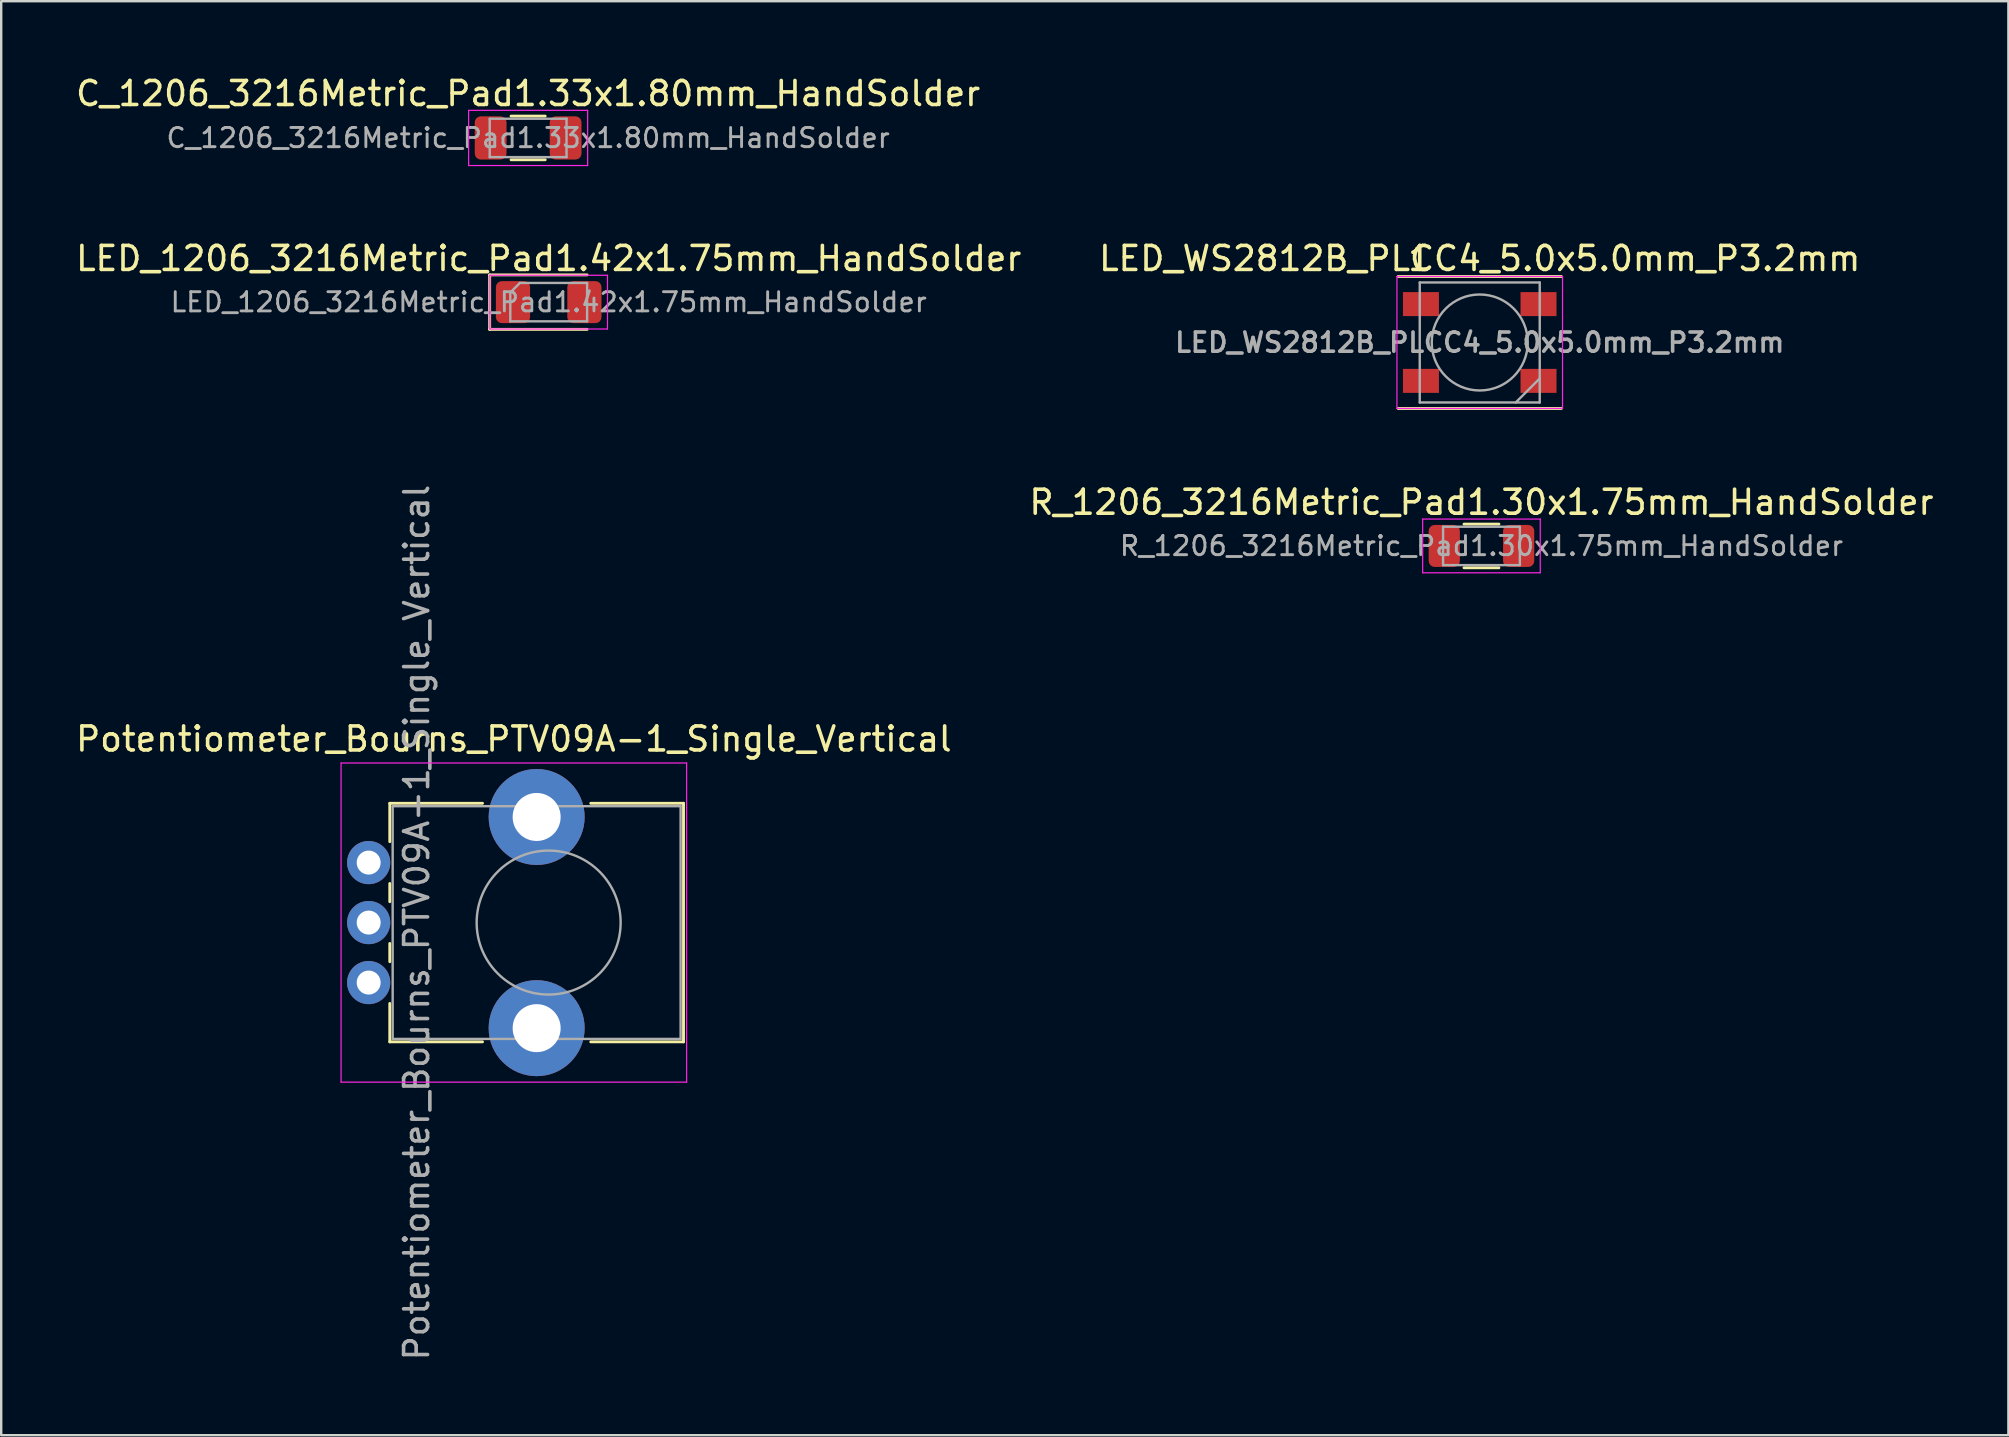
<source format=kicad_pcb>
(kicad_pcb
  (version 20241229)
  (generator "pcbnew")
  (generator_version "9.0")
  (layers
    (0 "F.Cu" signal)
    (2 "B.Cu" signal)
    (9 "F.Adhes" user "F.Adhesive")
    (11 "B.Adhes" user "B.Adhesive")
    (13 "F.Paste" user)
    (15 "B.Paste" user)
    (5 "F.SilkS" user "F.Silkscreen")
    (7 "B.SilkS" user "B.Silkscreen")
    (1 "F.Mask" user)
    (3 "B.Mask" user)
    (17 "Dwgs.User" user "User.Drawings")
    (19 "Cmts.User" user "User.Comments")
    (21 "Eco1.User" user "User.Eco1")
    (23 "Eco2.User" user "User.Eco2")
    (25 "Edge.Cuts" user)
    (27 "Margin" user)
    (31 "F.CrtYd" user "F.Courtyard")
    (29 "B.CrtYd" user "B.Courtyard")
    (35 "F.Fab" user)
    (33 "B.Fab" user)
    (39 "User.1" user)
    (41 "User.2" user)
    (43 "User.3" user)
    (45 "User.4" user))
  (footprint "C_1206_3216Metric_Pad1.33x1.80mm_HandSolder"
    (layer "F.Cu")
    (at 18.958 2.698)
    (property "Reference" "C_1206_3216Metric_Pad1.33x1.80mm_HandSolder" (at 0 -1.85 0) (layer "F.SilkS") (effects (font (size 1 1) (thickness 0.15))))
    (attr smd)
    (fp_line (start -0.711 -0.91) (end 0.711 -0.91) (stroke (width 0.12) (type solid)) (layer "F.SilkS"))
    (fp_line (start -0.711 0.91) (end 0.711 0.91) (stroke (width 0.12) (type solid)) (layer "F.SilkS"))
    (fp_line (start -2.48 -1.15) (end 2.48 -1.15) (stroke (width 0.05) (type solid)) (layer "F.CrtYd"))
    (fp_line (start -2.48 1.15) (end -2.48 -1.15) (stroke (width 0.05) (type solid)) (layer "F.CrtYd"))
    (fp_line (start 2.48 -1.15) (end 2.48 1.15) (stroke (width 0.05) (type solid)) (layer "F.CrtYd"))
    (fp_line (start 2.48 1.15) (end -2.48 1.15) (stroke (width 0.05) (type solid)) (layer "F.CrtYd"))
    (fp_line (start -1.6 -0.8) (end 1.6 -0.8) (stroke (width 0.1) (type solid)) (layer "F.Fab"))
    (fp_line (start -1.6 0.8) (end -1.6 -0.8) (stroke (width 0.1) (type solid)) (layer "F.Fab"))
    (fp_line (start 1.6 -0.8) (end 1.6 0.8) (stroke (width 0.1) (type solid)) (layer "F.Fab"))
    (fp_line (start 1.6 0.8) (end -1.6 0.8) (stroke (width 0.1) (type solid)) (layer "F.Fab"))
    (fp_text user "${REFERENCE}" (at 0 0 0) (layer "F.Fab") (effects (font (size 0.8 0.8) (thickness 0.12))))
    (pad "1" smd roundrect (at -1.562 0) (size 1.325 1.8) (layers "F.Cu" "F.Mask" "F.Paste") (roundrect_rratio 0.189))
    (pad "2" smd roundrect (at 1.562 0) (size 1.325 1.8) (layers "F.Cu" "F.Mask" "F.Paste") (roundrect_rratio 0.189)))
  (footprint "LED_WS2812B_PLCC4_5.0x5.0mm_P3.2mm"
    (layer "F.Cu")
    (at 58.613 11.222)
    (property "Reference" "LED_WS2812B_PLCC4_5.0x5.0mm_P3.2mm" (at 0 -3.5 0) (layer "F.SilkS") (effects (font (size 1 1) (thickness 0.15))))
    (attr smd)
    (fp_line (start -3.4 -2.75) (end 3.4 -2.75) (stroke (width 0.12) (type solid)) (layer "F.SilkS"))
    (fp_line (start -3.4 2.75) (end 3.4 2.75) (stroke (width 0.12) (type solid)) (layer "F.SilkS"))
    (fp_line (start -3.45 -2.75) (end -3.45 2.75) (stroke (width 0.05) (type solid)) (layer "F.CrtYd"))
    (fp_line (start -3.45 2.75) (end 3.45 2.75) (stroke (width 0.05) (type solid)) (layer "F.CrtYd"))
    (fp_line (start 3.45 -2.75) (end -3.45 -2.75) (stroke (width 0.05) (type solid)) (layer "F.CrtYd"))
    (fp_line (start 3.45 2.75) (end 3.45 -2.75) (stroke (width 0.05) (type solid)) (layer "F.CrtYd"))
    (fp_line (start -2.5 -2.5) (end -2.5 2.5) (stroke (width 0.1) (type solid)) (layer "F.Fab"))
    (fp_line (start -2.5 2.5) (end 2.5 2.5) (stroke (width 0.1) (type solid)) (layer "F.Fab"))
    (fp_line (start 2.5 -2.5) (end -2.5 -2.5) (stroke (width 0.1) (type solid)) (layer "F.Fab"))
    (fp_line (start 2.5 1.5) (end 1.5 2.5) (stroke (width 0.1) (type solid)) (layer "F.Fab"))
    (fp_line (start 2.5 2.5) (end 2.5 -2.5) (stroke (width 0.1) (type solid)) (layer "F.Fab"))
    (fp_circle (center 0 0) (end 0 -2) (stroke (width 0.1) (type solid)) (fill no) (layer "F.Fab"))
    (fp_text user "1" (at -2.5 -3.5 0) (layer "F.SilkS") (effects (font (size 1 1) (thickness 0.15))))
    (fp_text user "${REFERENCE}" (at 0 0 0) (layer "F.Fab") (effects (font (size 0.8 0.8) (thickness 0.15))))
    (pad "1" smd rect (at -2.45 -1.6) (size 1.5 1) (layers "F.Cu" "F.Mask" "F.Paste"))
    (pad "2" smd rect (at -2.45 1.6) (size 1.5 1) (layers "F.Cu" "F.Mask" "F.Paste"))
    (pad "3" smd rect (at 2.45 1.6) (size 1.5 1) (layers "F.Cu" "F.Mask" "F.Paste"))
    (pad "4" smd rect (at 2.45 -1.6) (size 1.5 1) (layers "F.Cu" "F.Mask" "F.Paste")))
  (footprint "R_1206_3216Metric_Pad1.30x1.75mm_HandSolder"
    (layer "F.Cu")
    (at 58.685 19.7)
    (property "Reference" "R_1206_3216Metric_Pad1.30x1.75mm_HandSolder" (at 0 -1.82 0) (layer "F.SilkS") (effects (font (size 1 1) (thickness 0.15))))
    (attr smd)
    (fp_line (start -0.727 -0.91) (end 0.727 -0.91) (stroke (width 0.12) (type solid)) (layer "F.SilkS"))
    (fp_line (start -0.727 0.91) (end 0.727 0.91) (stroke (width 0.12) (type solid)) (layer "F.SilkS"))
    (fp_line (start -2.45 -1.12) (end 2.45 -1.12) (stroke (width 0.05) (type solid)) (layer "F.CrtYd"))
    (fp_line (start -2.45 1.12) (end -2.45 -1.12) (stroke (width 0.05) (type solid)) (layer "F.CrtYd"))
    (fp_line (start 2.45 -1.12) (end 2.45 1.12) (stroke (width 0.05) (type solid)) (layer "F.CrtYd"))
    (fp_line (start 2.45 1.12) (end -2.45 1.12) (stroke (width 0.05) (type solid)) (layer "F.CrtYd"))
    (fp_line (start -1.6 -0.8) (end 1.6 -0.8) (stroke (width 0.1) (type solid)) (layer "F.Fab"))
    (fp_line (start -1.6 0.8) (end -1.6 -0.8) (stroke (width 0.1) (type solid)) (layer "F.Fab"))
    (fp_line (start 1.6 -0.8) (end 1.6 0.8) (stroke (width 0.1) (type solid)) (layer "F.Fab"))
    (fp_line (start 1.6 0.8) (end -1.6 0.8) (stroke (width 0.1) (type solid)) (layer "F.Fab"))
    (fp_text user "${REFERENCE}" (at 0 0 0) (layer "F.Fab") (effects (font (size 0.8 0.8) (thickness 0.12))))
    (pad "1" smd roundrect (at -1.55 0) (size 1.3 1.75) (layers "F.Cu" "F.Mask" "F.Paste") (roundrect_rratio 0.192))
    (pad "2" smd roundrect (at 1.55 0) (size 1.3 1.75) (layers "F.Cu" "F.Mask" "F.Paste") (roundrect_rratio 0.192)))
  (footprint "Potentiometer_Bourns_PTV09A-1_Single_Vertical"
    (layer "F.Cu")
    (at 12.313 37.895)
    (property "Reference" "Potentiometer_Bourns_PTV09A-1_Single_Vertical" (at 6.05 -10.15 0) (layer "F.SilkS") (effects (font (size 1 1) (thickness 0.15))))
    (attr through_hole)
    (fp_line (start 0.88 -7.47) (end 0.88 -5.871) (stroke (width 0.12) (type solid)) (layer "F.SilkS"))
    (fp_line (start 0.88 -7.47) (end 4.745 -7.47) (stroke (width 0.12) (type solid)) (layer "F.SilkS"))
    (fp_line (start 0.88 -4.129) (end 0.88 -3.37) (stroke (width 0.12) (type solid)) (layer "F.SilkS"))
    (fp_line (start 0.88 -1.629) (end 0.88 -0.87) (stroke (width 0.12) (type solid)) (layer "F.SilkS"))
    (fp_line (start 0.88 0.87) (end 0.88 2.47) (stroke (width 0.12) (type solid)) (layer "F.SilkS"))
    (fp_line (start 0.88 2.47) (end 4.745 2.47) (stroke (width 0.12) (type solid)) (layer "F.SilkS"))
    (fp_line (start 9.255 -7.47) (end 13.12 -7.47) (stroke (width 0.12) (type solid)) (layer "F.SilkS"))
    (fp_line (start 9.255 2.47) (end 13.12 2.47) (stroke (width 0.12) (type solid)) (layer "F.SilkS"))
    (fp_line (start 13.12 -7.47) (end 13.12 2.47) (stroke (width 0.12) (type solid)) (layer "F.SilkS"))
    (fp_line (start -1.15 -9.15) (end -1.15 4.15) (stroke (width 0.05) (type solid)) (layer "F.CrtYd"))
    (fp_line (start -1.15 4.15) (end 13.25 4.15) (stroke (width 0.05) (type solid)) (layer "F.CrtYd"))
    (fp_line (start 13.25 -9.15) (end -1.15 -9.15) (stroke (width 0.05) (type solid)) (layer "F.CrtYd"))
    (fp_line (start 13.25 4.15) (end 13.25 -9.15) (stroke (width 0.05) (type solid)) (layer "F.CrtYd"))
    (fp_line (start 1 -7.35) (end 1 2.35) (stroke (width 0.1) (type solid)) (layer "F.Fab"))
    (fp_line (start 1 2.35) (end 13 2.35) (stroke (width 0.1) (type solid)) (layer "F.Fab"))
    (fp_line (start 13 -7.35) (end 1 -7.35) (stroke (width 0.1) (type solid)) (layer "F.Fab"))
    (fp_line (start 13 2.35) (end 13 -7.35) (stroke (width 0.1) (type solid)) (layer "F.Fab"))
    (fp_circle (center 7.5 -2.5) (end 10.5 -2.5) (stroke (width 0.1) (type solid)) (fill no) (layer "F.Fab"))
    (fp_text user "${REFERENCE}" (at 2 -2.5 90) (layer "F.Fab") (effects (font (size 1 1) (thickness 0.15))))
    (pad "" np_thru_hole circle (at 7 -6.9) (size 4 4) (drill 2) (layers "*.Cu" "*.Mask"))
    (pad "" np_thru_hole circle (at 7 1.9) (size 4 4) (drill 2) (layers "*.Cu" "*.Mask"))
    (pad "1" thru_hole circle (at 0 0) (size 1.8 1.8) (drill 1) (layers "*.Cu" "*.Mask"))
    (pad "2" thru_hole circle (at 0 -2.5) (size 1.8 1.8) (drill 1) (layers "*.Cu" "*.Mask"))
    (pad "3" thru_hole circle (at 0 -5) (size 1.8 1.8) (drill 1) (layers "*.Cu" "*.Mask")))
  (footprint "LED_1206_3216Metric_Pad1.42x1.75mm_HandSolder"
    (layer "F.Cu")
    (at 19.815 9.541)
    (property "Reference" "LED_1206_3216Metric_Pad1.42x1.75mm_HandSolder" (at 0 -1.82 0) (layer "F.SilkS") (effects (font (size 1 1) (thickness 0.15))))
    (attr smd)
    (fp_line (start -2.46 -1.135) (end -2.46 1.135) (stroke (width 0.12) (type solid)) (layer "F.SilkS"))
    (fp_line (start -2.46 1.135) (end 1.6 1.135) (stroke (width 0.12) (type solid)) (layer "F.SilkS"))
    (fp_line (start 1.6 -1.135) (end -2.46 -1.135) (stroke (width 0.12) (type solid)) (layer "F.SilkS"))
    (fp_line (start -2.45 -1.12) (end 2.45 -1.12) (stroke (width 0.05) (type solid)) (layer "F.CrtYd"))
    (fp_line (start -2.45 1.12) (end -2.45 -1.12) (stroke (width 0.05) (type solid)) (layer "F.CrtYd"))
    (fp_line (start 2.45 -1.12) (end 2.45 1.12) (stroke (width 0.05) (type solid)) (layer "F.CrtYd"))
    (fp_line (start 2.45 1.12) (end -2.45 1.12) (stroke (width 0.05) (type solid)) (layer "F.CrtYd"))
    (fp_line (start -1.6 -0.4) (end -1.6 0.8) (stroke (width 0.1) (type solid)) (layer "F.Fab"))
    (fp_line (start -1.6 0.8) (end 1.6 0.8) (stroke (width 0.1) (type solid)) (layer "F.Fab"))
    (fp_line (start -1.2 -0.8) (end -1.6 -0.4) (stroke (width 0.1) (type solid)) (layer "F.Fab"))
    (fp_line (start 1.6 -0.8) (end -1.2 -0.8) (stroke (width 0.1) (type solid)) (layer "F.Fab"))
    (fp_line (start 1.6 0.8) (end 1.6 -0.8) (stroke (width 0.1) (type solid)) (layer "F.Fab"))
    (fp_text user "${REFERENCE}" (at 0 0 0) (layer "F.Fab") (effects (font (size 0.8 0.8) (thickness 0.12))))
    (pad "1" smd roundrect (at -1.488 0) (size 1.425 1.75) (layers "F.Cu" "F.Mask" "F.Paste") (roundrect_rratio 0.175))
    (pad "2" smd roundrect (at 1.488 0) (size 1.425 1.75) (layers "F.Cu" "F.Mask" "F.Paste") (roundrect_rratio 0.175)))
  (gr_rect
    (start -3 -3)
    (end 80.643 56.758)
    (stroke (width 0.1) (type default))
    (fill no)
    (layer "Edge.Cuts")))
</source>
